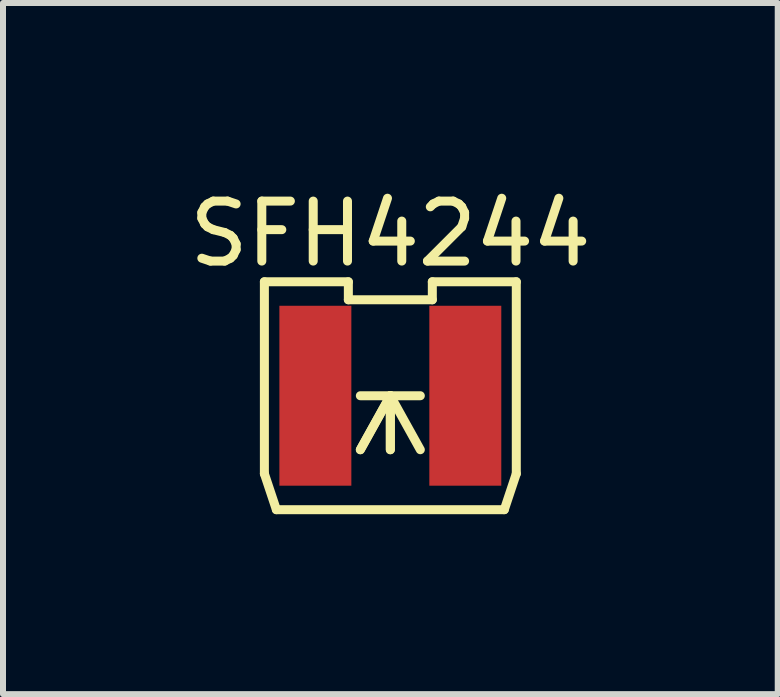
<source format=kicad_pcb>
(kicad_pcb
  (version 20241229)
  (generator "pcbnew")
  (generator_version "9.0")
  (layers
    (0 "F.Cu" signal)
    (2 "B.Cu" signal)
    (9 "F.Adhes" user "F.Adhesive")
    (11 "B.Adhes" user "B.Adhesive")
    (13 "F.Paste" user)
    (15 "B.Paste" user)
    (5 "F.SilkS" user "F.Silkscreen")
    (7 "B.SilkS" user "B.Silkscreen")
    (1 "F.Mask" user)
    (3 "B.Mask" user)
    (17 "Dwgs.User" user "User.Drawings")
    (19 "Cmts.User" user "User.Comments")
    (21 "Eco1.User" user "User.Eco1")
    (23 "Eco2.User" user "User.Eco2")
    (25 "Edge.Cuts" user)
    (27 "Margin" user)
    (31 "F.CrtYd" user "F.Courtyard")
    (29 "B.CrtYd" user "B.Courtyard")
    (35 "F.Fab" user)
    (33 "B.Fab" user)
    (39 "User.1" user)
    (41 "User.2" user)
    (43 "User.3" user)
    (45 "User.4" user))
  (footprint "SFH4244"
    (layer "F.Cu")
    (at 3.458 3.548)
    (property "Reference" "SFH4244" (at 0 -2.7 0) (layer "F.SilkS") (effects (font (size 1 1) (thickness 0.15))))
    (attr smd)
    (fp_line (start -2.1 -1.9) (end -2.1 1.3) (stroke (width 0.15) (type solid)) (layer "F.SilkS"))
    (fp_line (start -2.1 1.3) (end -1.9 1.9) (stroke (width 0.15) (type solid)) (layer "F.SilkS"))
    (fp_line (start -1.9 1.9) (end 1.9 1.9) (stroke (width 0.15) (type solid)) (layer "F.SilkS"))
    (fp_line (start -0.7 -1.9) (end -2.1 -1.9) (stroke (width 0.15) (type solid)) (layer "F.SilkS"))
    (fp_line (start -0.7 -1.6) (end -0.7 -1.9) (stroke (width 0.15) (type solid)) (layer "F.SilkS"))
    (fp_line (start -0.5 0) (end 0.5 0) (stroke (width 0.15) (type solid)) (layer "F.SilkS"))
    (fp_line (start -0.5 0.9) (end 0 0) (stroke (width 0.15) (type solid)) (layer "F.SilkS"))
    (fp_line (start 0 0) (end -0.5 0.9) (stroke (width 0.15) (type solid)) (layer "F.SilkS"))
    (fp_line (start 0 0) (end 0 0.9) (stroke (width 0.15) (type solid)) (layer "F.SilkS"))
    (fp_line (start 0 0) (end 0.5 0.9) (stroke (width 0.15) (type solid)) (layer "F.SilkS"))
    (fp_line (start 0 0.9) (end 0 0) (stroke (width 0.15) (type solid)) (layer "F.SilkS"))
    (fp_line (start 0.7 -1.9) (end 0.7 -1.6) (stroke (width 0.15) (type solid)) (layer "F.SilkS"))
    (fp_line (start 0.7 -1.6) (end -0.7 -1.6) (stroke (width 0.15) (type solid)) (layer "F.SilkS"))
    (fp_line (start 2.1 -1.9) (end 0.7 -1.9) (stroke (width 0.15) (type solid)) (layer "F.SilkS"))
    (fp_line (start 2.1 -1.9) (end 2.1 1.3) (stroke (width 0.15) (type solid)) (layer "F.SilkS"))
    (fp_line (start 2.1 1.3) (end 1.9 1.9) (stroke (width 0.15) (type solid)) (layer "F.SilkS"))
    (pad "1" smd trapezoid (at -1.25 0) (size 1.2 3) (layers "F.Cu" "F.Mask" "F.Paste"))
    (pad "2" smd trapezoid (at 1.25 0) (size 1.2 3) (layers "F.Cu" "F.Mask" "F.Paste")))
  (gr_rect
    (start -3 -3)
    (end 9.917 8.523)
    (stroke (width 0.1) (type default))
    (fill no)
    (layer "Edge.Cuts")))
</source>
